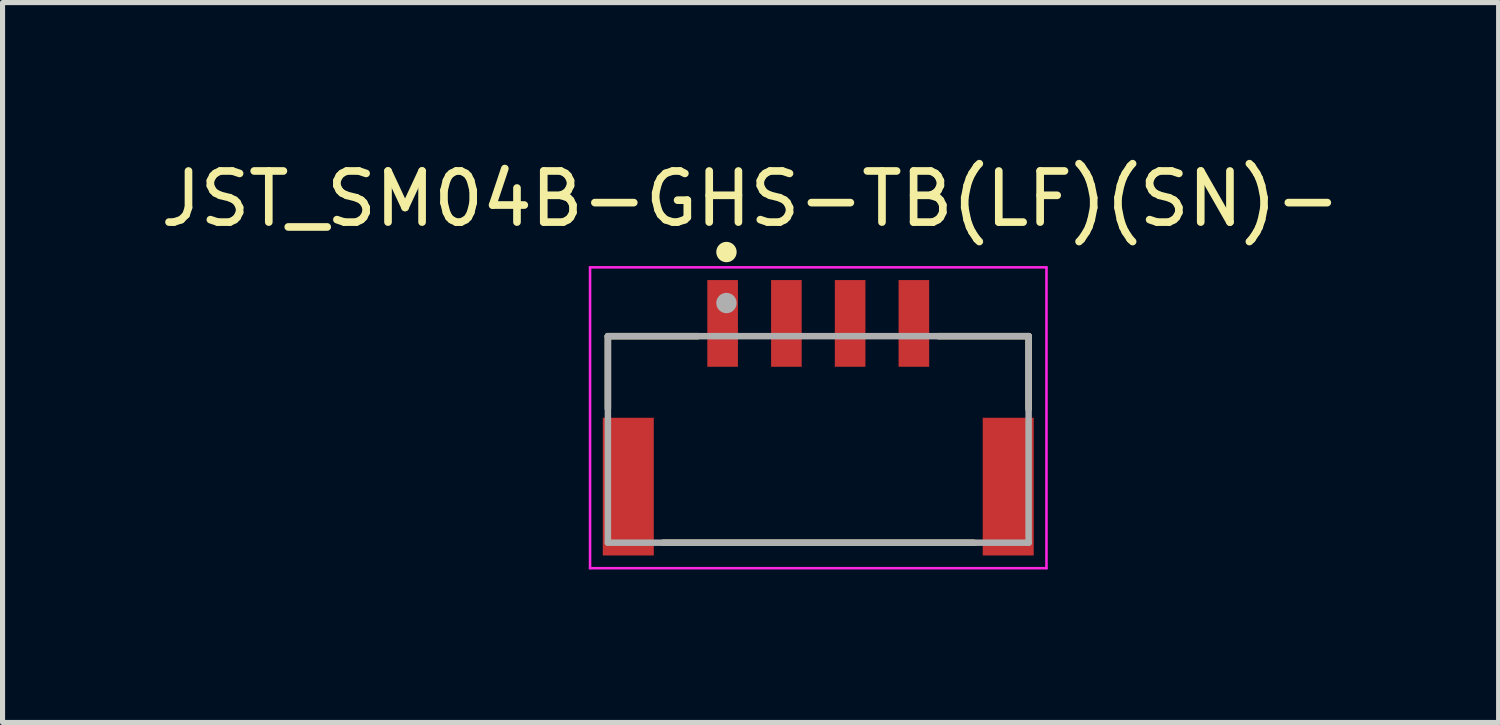
<source format=kicad_pcb>
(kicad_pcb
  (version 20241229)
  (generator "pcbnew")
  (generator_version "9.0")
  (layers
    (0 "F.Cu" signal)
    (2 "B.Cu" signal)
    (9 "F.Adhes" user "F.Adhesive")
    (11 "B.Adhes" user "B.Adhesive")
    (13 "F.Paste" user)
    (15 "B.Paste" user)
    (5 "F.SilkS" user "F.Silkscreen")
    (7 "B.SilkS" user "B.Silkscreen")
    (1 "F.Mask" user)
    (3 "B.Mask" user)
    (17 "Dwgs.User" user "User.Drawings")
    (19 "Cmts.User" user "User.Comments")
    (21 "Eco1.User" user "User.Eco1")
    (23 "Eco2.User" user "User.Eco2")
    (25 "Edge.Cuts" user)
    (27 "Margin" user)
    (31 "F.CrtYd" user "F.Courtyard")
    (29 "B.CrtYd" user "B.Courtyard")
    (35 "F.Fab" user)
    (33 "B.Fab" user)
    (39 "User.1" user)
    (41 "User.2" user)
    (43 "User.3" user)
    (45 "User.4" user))
  (footprint "JST_SM04B-GHS-TB(LF)(SN)-"
    (layer "F.Cu")
    (at 12.995 5.567)
    (property "Reference" "JST_SM04B-GHS-TB(LF)(SN)-" (at -1.327 -4.718 0) (layer "F.SilkS") (effects (font (size 1.002 1.002) (thickness 0.15))))
    (attr through_hole)
    (fp_line (start -4.125 -2.025) (end -2.36 -2.025) (stroke (width 0.127) (type solid)) (layer "F.SilkS"))
    (fp_line (start -4.125 -0.605) (end -4.125 -2.025) (stroke (width 0.127) (type solid)) (layer "F.SilkS"))
    (fp_line (start -3.04 2.025) (end 3.05 2.025) (stroke (width 0.127) (type solid)) (layer "F.SilkS"))
    (fp_line (start 4.125 -2.025) (end 2.36 -2.025) (stroke (width 0.127) (type solid)) (layer "F.SilkS"))
    (fp_line (start 4.125 -0.595) (end 4.125 -2.025) (stroke (width 0.127) (type solid)) (layer "F.SilkS"))
    (fp_circle (center -1.8 -3.675) (end -1.7 -3.675) (stroke (width 0.2) (type solid)) (fill no) (layer "F.SilkS"))
    (fp_line (start -4.475 -3.375) (end 4.475 -3.375) (stroke (width 0.05) (type solid)) (layer "F.CrtYd"))
    (fp_line (start -4.475 2.525) (end -4.475 -3.375) (stroke (width 0.05) (type solid)) (layer "F.CrtYd"))
    (fp_line (start 4.475 -3.375) (end 4.475 2.525) (stroke (width 0.05) (type solid)) (layer "F.CrtYd"))
    (fp_line (start 4.475 2.525) (end -4.475 2.525) (stroke (width 0.05) (type solid)) (layer "F.CrtYd"))
    (fp_line (start -4.125 -2.025) (end 4.125 -2.025) (stroke (width 0.127) (type solid)) (layer "F.Fab"))
    (fp_line (start -4.125 2.025) (end -4.125 -2.025) (stroke (width 0.127) (type solid)) (layer "F.Fab"))
    (fp_line (start 4.125 -2.025) (end 4.125 2.025) (stroke (width 0.127) (type solid)) (layer "F.Fab"))
    (fp_line (start 4.125 2.025) (end -4.125 2.025) (stroke (width 0.127) (type solid)) (layer "F.Fab"))
    (fp_circle (center -1.8 -2.675) (end -1.7 -2.675) (stroke (width 0.2) (type solid)) (fill no) (layer "F.Fab"))
    (pad "1" smd rect (at -1.875 -2.275 90) (size 1.7 0.6) (layers "F.Cu" "F.Mask" "F.Paste"))
    (pad "2" smd rect (at -0.625 -2.275 90) (size 1.7 0.6) (layers "F.Cu" "F.Mask" "F.Paste"))
    (pad "3" smd rect (at 0.625 -2.275 90) (size 1.7 0.6) (layers "F.Cu" "F.Mask" "F.Paste"))
    (pad "4" smd rect (at 1.875 -2.275 90) (size 1.7 0.6) (layers "F.Cu" "F.Mask" "F.Paste"))
    (pad "5" smd rect (at 3.725 0.925 90) (size 2.7 1) (layers "F.Cu" "F.Mask" "F.Paste"))
    (pad "6" smd rect (at -3.725 0.925 90) (size 2.7 1) (layers "F.Cu" "F.Mask" "F.Paste")))
  (gr_rect
    (start -3 -3)
    (end 26.336 11.117)
    (stroke (width 0.1) (type default))
    (fill no)
    (layer "Edge.Cuts")))
</source>
